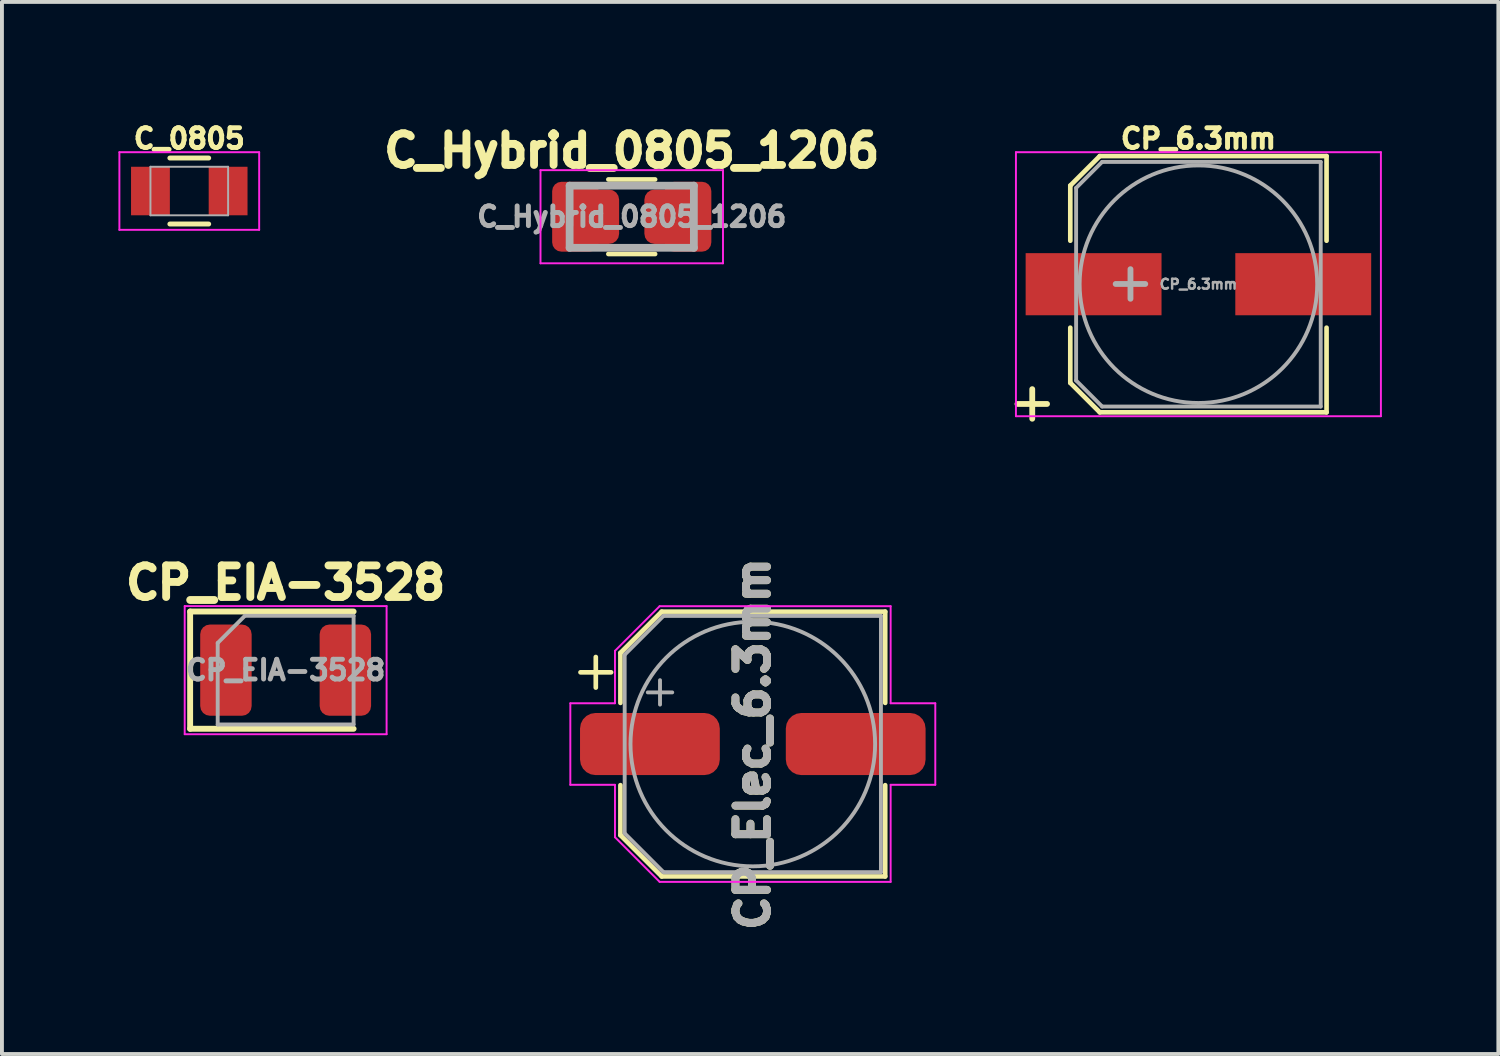
<source format=kicad_pcb>
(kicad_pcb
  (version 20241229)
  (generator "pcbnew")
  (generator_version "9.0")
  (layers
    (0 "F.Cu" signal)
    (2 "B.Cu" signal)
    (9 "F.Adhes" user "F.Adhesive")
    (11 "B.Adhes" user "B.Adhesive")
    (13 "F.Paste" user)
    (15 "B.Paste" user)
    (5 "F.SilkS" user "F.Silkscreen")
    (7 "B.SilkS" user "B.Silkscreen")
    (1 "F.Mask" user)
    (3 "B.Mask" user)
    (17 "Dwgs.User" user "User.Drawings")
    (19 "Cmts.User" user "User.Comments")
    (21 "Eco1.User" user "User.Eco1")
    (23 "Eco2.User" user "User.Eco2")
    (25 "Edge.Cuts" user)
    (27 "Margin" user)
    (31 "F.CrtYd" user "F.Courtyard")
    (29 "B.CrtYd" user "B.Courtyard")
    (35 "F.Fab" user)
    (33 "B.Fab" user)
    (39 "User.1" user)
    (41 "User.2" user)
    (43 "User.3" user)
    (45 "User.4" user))
  (footprint "CP_EIA-3528"
    (layer "F.Cu")
    (at 4.307 14.21)
    (property "Reference" "CP_EIA-3528" (at 0 0 180) (layer "F.Fab") (effects (font (size 0.508 0.508) (thickness 0.127))))
    (attr smd)
    (fp_line (start -2.46 -1.51) (end -2.46 1.51) (stroke (width 0.152) (type solid)) (layer "F.SilkS"))
    (fp_line (start -2.46 1.51) (end 1.75 1.51) (stroke (width 0.152) (type solid)) (layer "F.SilkS"))
    (fp_line (start 1.75 -1.51) (end -2.46 -1.51) (stroke (width 0.152) (type solid)) (layer "F.SilkS"))
    (fp_line (start -2.6 -1.65) (end 2.6 -1.65) (stroke (width 0.05) (type solid)) (layer "F.CrtYd"))
    (fp_line (start -2.6 1.65) (end -2.6 -1.65) (stroke (width 0.05) (type solid)) (layer "F.CrtYd"))
    (fp_line (start 2.6 -1.65) (end 2.6 1.65) (stroke (width 0.05) (type solid)) (layer "F.CrtYd"))
    (fp_line (start 2.6 1.65) (end -2.6 1.65) (stroke (width 0.05) (type solid)) (layer "F.CrtYd"))
    (fp_line (start -1.75 -0.7) (end -1.75 1.4) (stroke (width 0.1) (type solid)) (layer "F.Fab"))
    (fp_line (start -1.75 1.4) (end 1.75 1.4) (stroke (width 0.1) (type solid)) (layer "F.Fab"))
    (fp_line (start -1.05 -1.4) (end -1.75 -0.7) (stroke (width 0.1) (type solid)) (layer "F.Fab"))
    (fp_line (start 1.75 -1.4) (end -1.05 -1.4) (stroke (width 0.1) (type solid)) (layer "F.Fab"))
    (fp_line (start 1.75 1.4) (end 1.75 -1.4) (stroke (width 0.1) (type solid)) (layer "F.Fab"))
    (fp_text user "${REFERENCE}" (at 0 -2.25 180) (layer "F.SilkS") (effects (font (size 0.813 0.813) (thickness 0.203))))
    (pad "1" smd roundrect (at -1.538 0) (size 1.325 2.35) (layers "F.Cu" "F.Mask" "F.Paste") (roundrect_rratio 0.189))
    (pad "2" smd roundrect (at 1.538 0) (size 1.325 2.35) (layers "F.Cu" "F.Mask" "F.Paste") (roundrect_rratio 0.189)))
  (footprint "CP_6.3mm"
    (layer "F.Cu")
    (at 27.816 4.27)
    (property "Reference" "CP_6.3mm" (at 0 -3.75 0) (layer "F.SilkS") (effects (font (size 0.508 0.508) (thickness 0.127))))
    (attr smd)
    (fp_line (start -3.3 -2.54) (end -3.3 -1.12) (stroke (width 0.12) (type solid)) (layer "F.SilkS"))
    (fp_line (start -3.3 -2.54) (end -2.54 -3.3) (stroke (width 0.12) (type solid)) (layer "F.SilkS"))
    (fp_line (start -3.3 2.54) (end -3.3 1.12) (stroke (width 0.12) (type solid)) (layer "F.SilkS"))
    (fp_line (start -2.54 -3.3) (end 3.3 -3.3) (stroke (width 0.12) (type solid)) (layer "F.SilkS"))
    (fp_line (start -2.54 3.3) (end -3.3 2.54) (stroke (width 0.12) (type solid)) (layer "F.SilkS"))
    (fp_line (start 3.3 -3.3) (end 3.3 -1.12) (stroke (width 0.12) (type solid)) (layer "F.SilkS"))
    (fp_line (start 3.3 3.3) (end -2.54 3.3) (stroke (width 0.12) (type solid)) (layer "F.SilkS"))
    (fp_line (start 3.3 3.3) (end 3.3 1.12) (stroke (width 0.12) (type solid)) (layer "F.SilkS"))
    (fp_line (start -4.7 -3.4) (end -4.7 3.4) (stroke (width 0.05) (type solid)) (layer "F.CrtYd"))
    (fp_line (start -4.7 -3.4) (end 4.7 -3.4) (stroke (width 0.05) (type solid)) (layer "F.CrtYd"))
    (fp_line (start 4.7 3.4) (end -4.7 3.4) (stroke (width 0.05) (type solid)) (layer "F.CrtYd"))
    (fp_line (start 4.7 3.4) (end 4.7 -3.4) (stroke (width 0.05) (type solid)) (layer "F.CrtYd"))
    (fp_line (start -3.15 -2.48) (end -3.15 2.48) (stroke (width 0.1) (type solid)) (layer "F.Fab"))
    (fp_line (start -3.15 2.48) (end -2.48 3.15) (stroke (width 0.1) (type solid)) (layer "F.Fab"))
    (fp_line (start -2.48 -3.15) (end -3.15 -2.48) (stroke (width 0.1) (type solid)) (layer "F.Fab"))
    (fp_line (start -2.48 3.15) (end 3.15 3.15) (stroke (width 0.1) (type solid)) (layer "F.Fab"))
    (fp_line (start 3.15 -3.15) (end -2.48 -3.15) (stroke (width 0.1) (type solid)) (layer "F.Fab"))
    (fp_line (start 3.15 3.15) (end 3.15 -3.15) (stroke (width 0.1) (type solid)) (layer "F.Fab"))
    (fp_circle (center 0 0) (end 0.6 3) (stroke (width 0.1) (type solid)) (fill no) (layer "F.Fab"))
    (fp_text user "+" (at -4.28 3.01 0) (layer "F.SilkS") (effects (font (size 1 1) (thickness 0.15))))
    (fp_text user "${REFERENCE}" (at 0 0 0) (layer "F.Fab") (effects (font (size 0.254 0.254) (thickness 0.064))))
    (fp_text user "+" (at -1.75 -0.08 0) (layer "F.Fab") (effects (font (size 1 1) (thickness 0.15))))
    (pad "1" smd rect (at -2.7 0 180) (size 3.5 1.6) (layers "F.Cu" "F.Mask" "F.Paste"))
    (pad "2" smd rect (at 2.7 0 180) (size 3.5 1.6) (layers "F.Cu" "F.Mask" "F.Paste")))
  (footprint "C_Hybrid_0805_1206"
    (layer "F.Cu")
    (at 13.221 2.532)
    (property "Reference" "C_Hybrid_0805_1206" (at 0 0 0) (layer "F.Fab") (effects (font (size 0.508 0.508) (thickness 0.127))))
    (attr smd)
    (fp_line (start -0.602 -0.96) (end 0.602 -0.96) (stroke (width 0.12) (type solid)) (layer "F.SilkS"))
    (fp_line (start -0.602 0.96) (end 0.602 0.96) (stroke (width 0.12) (type solid)) (layer "F.SilkS"))
    (fp_line (start -2.35 -1.2) (end 2.35 -1.2) (stroke (width 0.05) (type solid)) (layer "F.CrtYd"))
    (fp_line (start -2.35 1.2) (end -2.35 -1.2) (stroke (width 0.05) (type solid)) (layer "F.CrtYd"))
    (fp_line (start 2.35 -1.2) (end 2.35 1.2) (stroke (width 0.05) (type solid)) (layer "F.CrtYd"))
    (fp_line (start 2.35 1.2) (end -2.35 1.2) (stroke (width 0.05) (type solid)) (layer "F.CrtYd"))
    (fp_line (start -1.6 -0.8) (end 1.6 -0.8) (stroke (width 0.2) (type solid)) (layer "F.Fab"))
    (fp_line (start -1.6 0.8) (end -1.6 -0.8) (stroke (width 0.2) (type solid)) (layer "F.Fab"))
    (fp_line (start 1.6 -0.8) (end 1.6 0.8) (stroke (width 0.2) (type solid)) (layer "F.Fab"))
    (fp_line (start 1.6 0.8) (end -1.6 0.8) (stroke (width 0.2) (type solid)) (layer "F.Fab"))
    (fp_text user "${REFERENCE}" (at 0 -1.7 0) (layer "F.SilkS") (effects (font (size 0.813 0.813) (thickness 0.203))))
    (pad "1" smd roundrect (at -1.45 0) (size 1.2 1.8) (layers "F.Cu" "F.Mask" "F.Paste") (roundrect_rratio 0.2))
    (pad "1" smd roundrect (at -0.85 0) (size 1.05 1.4) (layers "F.Cu" "F.Mask" "F.Paste") (roundrect_rratio 0.25))
    (pad "2" smd roundrect (at 0.85 0) (size 1.05 1.4) (layers "F.Cu" "F.Mask" "F.Paste") (roundrect_rratio 0.25))
    (pad "2" smd roundrect (at 1.45 0) (size 1.2 1.8) (layers "F.Cu" "F.Mask" "F.Paste") (roundrect_rratio 0.2)))
  (footprint "CP_Elec_6.3mm"
    (layer "F.Cu")
    (at 16.339 16.113)
    (property "Reference" "CP_Elec_6.3mm" (at 0 0 90) (layer "F.Fab") (effects (font (size 0.813 0.813) (thickness 0.203))))
    (attr smd)
    (fp_line (start -4.438 -1.847) (end -3.65 -1.847) (stroke (width 0.12) (type solid)) (layer "F.SilkS"))
    (fp_line (start -4.044 -2.241) (end -4.044 -1.454) (stroke (width 0.12) (type solid)) (layer "F.SilkS"))
    (fp_line (start -3.41 -2.346) (end -3.41 -1.06) (stroke (width 0.12) (type solid)) (layer "F.SilkS"))
    (fp_line (start -3.41 -2.346) (end -2.346 -3.41) (stroke (width 0.12) (type solid)) (layer "F.SilkS"))
    (fp_line (start -3.41 2.346) (end -3.41 1.06) (stroke (width 0.12) (type solid)) (layer "F.SilkS"))
    (fp_line (start -3.41 2.346) (end -2.346 3.41) (stroke (width 0.12) (type solid)) (layer "F.SilkS"))
    (fp_line (start -2.346 -3.41) (end 3.41 -3.41) (stroke (width 0.12) (type solid)) (layer "F.SilkS"))
    (fp_line (start -2.346 3.41) (end 3.41 3.41) (stroke (width 0.12) (type solid)) (layer "F.SilkS"))
    (fp_line (start 3.41 -3.41) (end 3.41 -1.06) (stroke (width 0.12) (type solid)) (layer "F.SilkS"))
    (fp_line (start 3.41 3.41) (end 3.41 1.06) (stroke (width 0.12) (type solid)) (layer "F.SilkS"))
    (fp_line (start -4.7 -1.05) (end -4.7 1.05) (stroke (width 0.05) (type solid)) (layer "F.CrtYd"))
    (fp_line (start -4.7 1.05) (end -3.55 1.05) (stroke (width 0.05) (type solid)) (layer "F.CrtYd"))
    (fp_line (start -3.55 -2.4) (end -3.55 -1.05) (stroke (width 0.05) (type solid)) (layer "F.CrtYd"))
    (fp_line (start -3.55 -2.4) (end -2.4 -3.55) (stroke (width 0.05) (type solid)) (layer "F.CrtYd"))
    (fp_line (start -3.55 -1.05) (end -4.7 -1.05) (stroke (width 0.05) (type solid)) (layer "F.CrtYd"))
    (fp_line (start -3.55 1.05) (end -3.55 2.4) (stroke (width 0.05) (type solid)) (layer "F.CrtYd"))
    (fp_line (start -3.55 2.4) (end -2.4 3.55) (stroke (width 0.05) (type solid)) (layer "F.CrtYd"))
    (fp_line (start -2.4 -3.55) (end 3.55 -3.55) (stroke (width 0.05) (type solid)) (layer "F.CrtYd"))
    (fp_line (start -2.4 3.55) (end 3.55 3.55) (stroke (width 0.05) (type solid)) (layer "F.CrtYd"))
    (fp_line (start 3.55 -3.55) (end 3.55 -1.05) (stroke (width 0.05) (type solid)) (layer "F.CrtYd"))
    (fp_line (start 3.55 -1.05) (end 4.7 -1.05) (stroke (width 0.05) (type solid)) (layer "F.CrtYd"))
    (fp_line (start 3.55 1.05) (end 3.55 3.55) (stroke (width 0.05) (type solid)) (layer "F.CrtYd"))
    (fp_line (start 4.7 -1.05) (end 4.7 1.05) (stroke (width 0.05) (type solid)) (layer "F.CrtYd"))
    (fp_line (start 4.7 1.05) (end 3.55 1.05) (stroke (width 0.05) (type solid)) (layer "F.CrtYd"))
    (fp_line (start -3.3 -2.3) (end -3.3 2.3) (stroke (width 0.1) (type solid)) (layer "F.Fab"))
    (fp_line (start -3.3 -2.3) (end -2.3 -3.3) (stroke (width 0.1) (type solid)) (layer "F.Fab"))
    (fp_line (start -3.3 2.3) (end -2.3 3.3) (stroke (width 0.1) (type solid)) (layer "F.Fab"))
    (fp_line (start -2.705 -1.33) (end -2.075 -1.33) (stroke (width 0.1) (type solid)) (layer "F.Fab"))
    (fp_line (start -2.39 -1.645) (end -2.39 -1.015) (stroke (width 0.1) (type solid)) (layer "F.Fab"))
    (fp_line (start -2.3 -3.3) (end 3.3 -3.3) (stroke (width 0.1) (type solid)) (layer "F.Fab"))
    (fp_line (start -2.3 3.3) (end 3.3 3.3) (stroke (width 0.1) (type solid)) (layer "F.Fab"))
    (fp_line (start 3.3 -3.3) (end 3.3 3.3) (stroke (width 0.1) (type solid)) (layer "F.Fab"))
    (fp_circle (center 0 0) (end 3.15 0) (stroke (width 0.1) (type solid)) (fill no) (layer "F.Fab"))
    (fp_text user "${REFERENCE}" (at 0 0 90) (layer "F.SilkS") (effects (font (size 0.813 0.813) (thickness 0.203))))
    (pad "1" smd roundrect (at -2.65 0) (size 3.6 1.6) (layers "F.Cu" "F.Mask" "F.Paste") (roundrect_rratio 0.25))
    (pad "2" smd roundrect (at 2.65 0) (size 3.6 1.6) (layers "F.Cu" "F.Mask" "F.Paste") (roundrect_rratio 0.25)))
  (footprint "C_0805"
    (layer "F.Cu")
    (at 1.825 1.87)
    (property "Reference" "C_0805" (at 0 -1.35 0) (layer "F.SilkS") (effects (font (size 0.508 0.508) (thickness 0.127))))
    (attr smd)
    (fp_line (start -0.5 0.85) (end 0.5 0.85) (stroke (width 0.127) (type solid)) (layer "F.SilkS"))
    (fp_line (start 0.5 -0.85) (end -0.5 -0.85) (stroke (width 0.127) (type solid)) (layer "F.SilkS"))
    (fp_line (start -1.8 -1) (end -1.8 1) (stroke (width 0.05) (type solid)) (layer "F.CrtYd"))
    (fp_line (start -1.8 -1) (end 1.8 -1) (stroke (width 0.05) (type solid)) (layer "F.CrtYd"))
    (fp_line (start -1.8 1) (end 1.8 1) (stroke (width 0.05) (type solid)) (layer "F.CrtYd"))
    (fp_line (start 1.8 -1) (end 1.8 1) (stroke (width 0.05) (type solid)) (layer "F.CrtYd"))
    (fp_line (start -1 -0.625) (end 1 -0.625) (stroke (width 0.05) (type solid)) (layer "F.Fab"))
    (fp_line (start -1 0.625) (end -1 -0.625) (stroke (width 0.05) (type solid)) (layer "F.Fab"))
    (fp_line (start 1 -0.625) (end 1 0.625) (stroke (width 0.05) (type solid)) (layer "F.Fab"))
    (fp_line (start 1 0.625) (end -1 0.625) (stroke (width 0.05) (type solid)) (layer "F.Fab"))
    (pad "1" smd rect (at -1 0) (size 1 1.25) (layers "F.Cu" "F.Mask" "F.Paste"))
    (pad "2" smd rect (at 1 0) (size 1 1.25) (layers "F.Cu" "F.Mask" "F.Paste")))
  (gr_rect
    (start -3 -3)
    (end 35.541 24.097)
    (stroke (width 0.1) (type default))
    (fill no)
    (layer "Edge.Cuts")))
</source>
